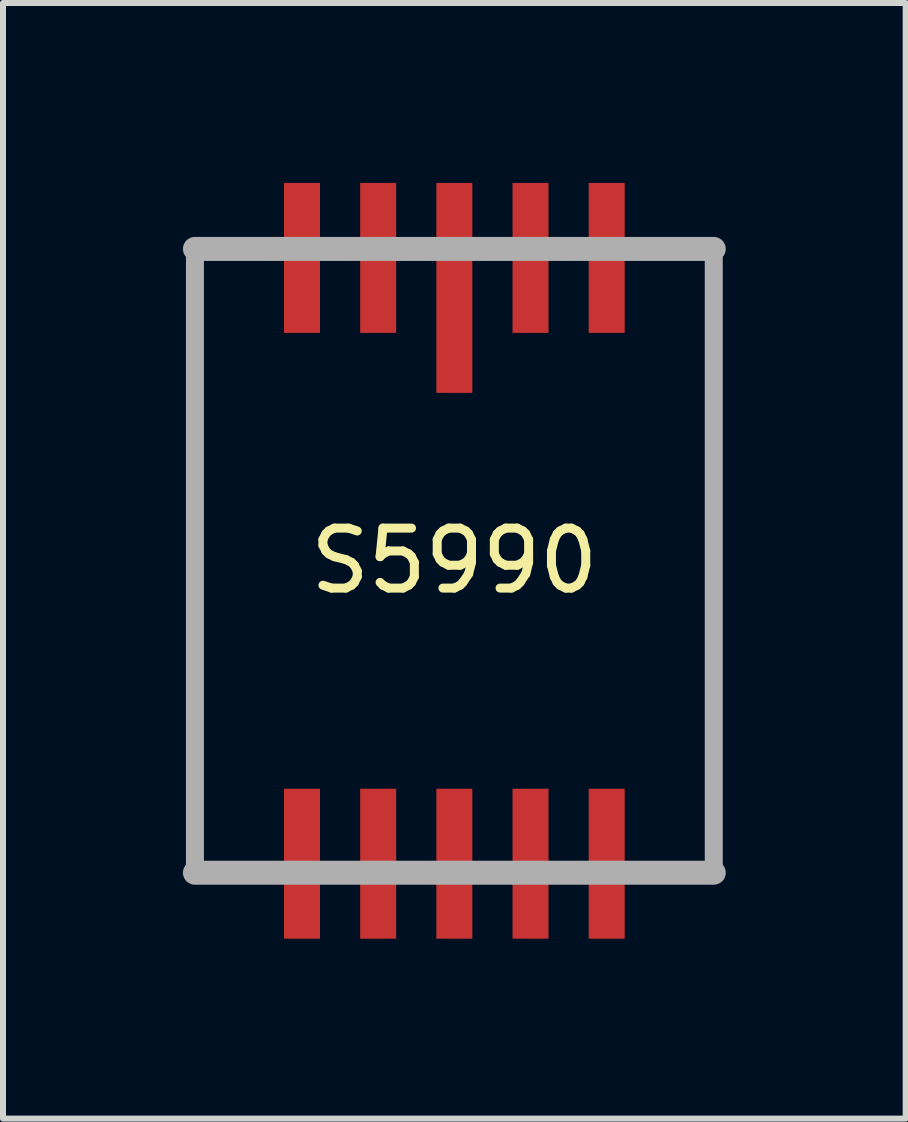
<source format=kicad_pcb>
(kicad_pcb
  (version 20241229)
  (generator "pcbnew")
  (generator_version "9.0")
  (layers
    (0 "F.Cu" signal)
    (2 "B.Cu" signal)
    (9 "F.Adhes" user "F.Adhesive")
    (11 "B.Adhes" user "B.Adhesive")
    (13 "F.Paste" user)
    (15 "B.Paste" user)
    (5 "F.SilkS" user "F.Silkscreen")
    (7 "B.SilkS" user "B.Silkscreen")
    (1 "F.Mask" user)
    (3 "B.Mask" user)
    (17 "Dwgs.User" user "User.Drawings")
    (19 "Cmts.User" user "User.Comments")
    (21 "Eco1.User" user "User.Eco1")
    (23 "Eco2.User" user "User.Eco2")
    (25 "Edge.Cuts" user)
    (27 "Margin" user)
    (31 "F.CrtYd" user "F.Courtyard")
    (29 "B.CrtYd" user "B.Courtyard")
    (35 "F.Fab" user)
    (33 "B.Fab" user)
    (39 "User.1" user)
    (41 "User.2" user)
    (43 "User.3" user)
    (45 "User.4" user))
  (footprint "S5990"
    (layer "F.Cu")
    (at 4.525 6.3)
    (property "Reference" "S5990" (at 0 0 180) (layer "F.SilkS") (effects (font (size 1 1) (thickness 0.15))))
    (attr through_hole)
    (fp_line (start -4.325 -5.2) (end -4.325 5.2) (stroke (width 0.3) (type solid)) (layer "F.Fab"))
    (fp_line (start -4.325 -5.2) (end 4.325 -5.2) (stroke (width 0.4) (type solid)) (layer "F.Fab"))
    (fp_line (start -4.325 5.2) (end 4.325 5.2) (stroke (width 0.4) (type solid)) (layer "F.Fab"))
    (fp_line (start 4.325 -5.2) (end 4.325 5.2) (stroke (width 0.3) (type solid)) (layer "F.Fab"))
    (pad "1" smd rect (at -2.54 -5.05 180) (size 0.6 2.5) (layers "F.Cu" "F.Mask" "F.Paste"))
    (pad "2" smd rect (at -1.27 -5.05 180) (size 0.6 2.5) (layers "F.Cu" "F.Mask" "F.Paste"))
    (pad "3" smd rect (at 0 -4.55 180) (size 0.6 3.5) (layers "F.Cu" "F.Mask" "F.Paste"))
    (pad "4" smd rect (at 1.27 -5.05 180) (size 0.6 2.5) (layers "F.Cu" "F.Mask" "F.Paste"))
    (pad "5" smd rect (at 2.54 -5.05 180) (size 0.6 2.5) (layers "F.Cu" "F.Mask" "F.Paste"))
    (pad "6" smd rect (at 2.54 5.05 180) (size 0.6 2.5) (layers "F.Cu" "F.Mask" "F.Paste"))
    (pad "7" smd rect (at 1.27 5.05 180) (size 0.6 2.5) (layers "F.Cu" "F.Mask" "F.Paste"))
    (pad "8" smd rect (at 0 5.05 180) (size 0.6 2.5) (layers "F.Cu" "F.Mask" "F.Paste"))
    (pad "9" smd rect (at -1.27 5.05 180) (size 0.6 2.5) (layers "F.Cu" "F.Mask" "F.Paste"))
    (pad "10" smd rect (at -2.54 5.05 180) (size 0.6 2.5) (layers "F.Cu" "F.Mask" "F.Paste")))
  (gr_rect
    (start -3 -3)
    (end 12.05 15.6)
    (stroke (width 0.1) (type default))
    (fill no)
    (layer "Edge.Cuts")))
</source>
